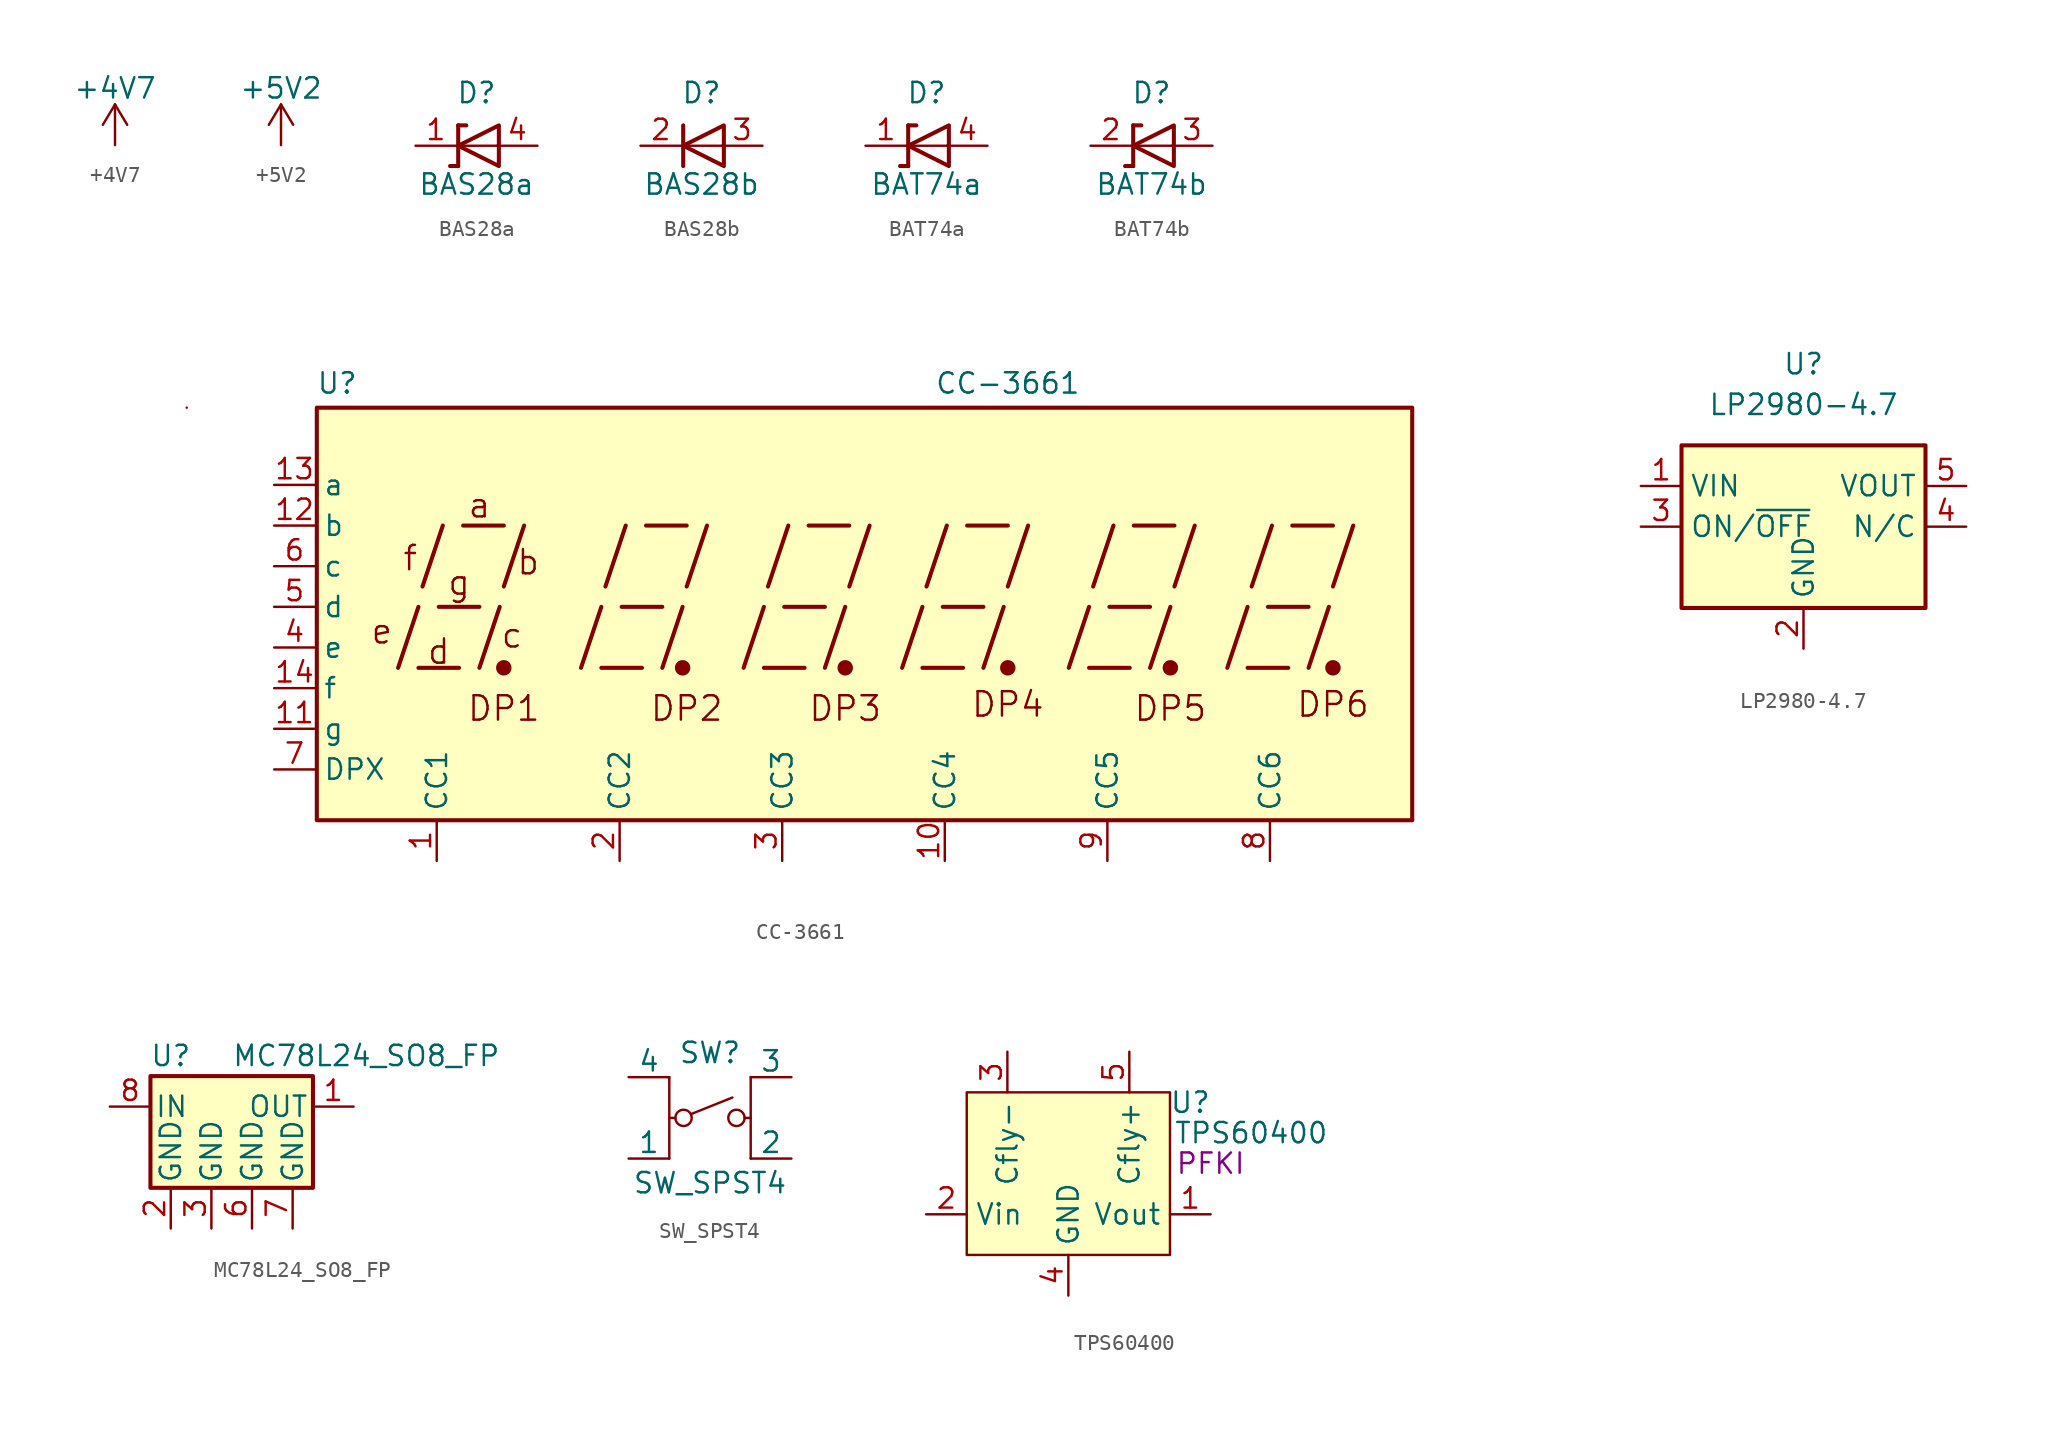
<source format=kicad_sym>
(kicad_symbol_lib
  (version 20211014)
  (generator kicad_symbol_editor)
  (symbol "+4V7"
    (power)
    (pin_names
      (offset 0))
    (property "Reference" "#PWR"
      (at 0 -3.81 0)
      (effects (font (size 1.27 1.27)) hide))
    (property "Value" "+4V7"
      (at 0 3.556 0)
      (effects (font (size 1.27 1.27))))
    (symbol "+4V7_0_1"
      (polyline (pts (xy -0.762 1.27) (xy 0 2.54)) (stroke (width 0) (type default) (color 0 0 0 0)) (fill (type none)))
      (polyline (pts (xy 0 0) (xy 0 2.54)) (stroke (width 0) (type default) (color 0 0 0 0)) (fill (type none)))
      (polyline (pts (xy 0 2.54) (xy 0.762 1.27)) (stroke (width 0) (type default) (color 0 0 0 0)) (fill (type none))))
    (symbol "+4V7_1_1"
      (pin power_in line (at 0 0 90) (length 0) hide (name "+4V" (effects (font (size 1.27 1.27)))) (number "1" (effects (font (size 1.27 1.27)))))))
  (symbol "+5V2"
    (power)
    (pin_names
      (offset 0))
    (property "Reference" "#PWR"
      (at 0 -3.81 0)
      (effects (font (size 1.27 1.27)) hide))
    (property "Value" "+5V2"
      (at 0 3.556 0)
      (effects (font (size 1.27 1.27))))
    (symbol "+5V2_0_1"
      (polyline (pts (xy -0.762 1.27) (xy 0 2.54)) (stroke (width 0) (type default) (color 0 0 0 0)) (fill (type none)))
      (polyline (pts (xy 0 0) (xy 0 2.54)) (stroke (width 0) (type default) (color 0 0 0 0)) (fill (type none)))
      (polyline (pts (xy 0 2.54) (xy 0.762 1.27)) (stroke (width 0) (type default) (color 0 0 0 0)) (fill (type none))))
    (symbol "+5V2_1_1"
      (pin power_in line (at 0 0 90) (length 0) hide (name "+4V" (effects (font (size 1.27 1.27)))) (number "1" (effects (font (size 1.27 1.27)))))))
  (symbol "BAS28a"
    (property "Reference" "D"
      (at 0 3.302 0)
      (effects (font (size 1.27 1.27))))
    (property "Value" "BAS28a"
      (at 0 -2.413 0)
      (effects (font (size 1.27 1.27))))
    (symbol "BAS28a_0_1"
      (polyline (pts (xy -1.651 -1.27) (xy -1.143 -1.27)) (stroke (width 0.254) (type default) (color 0 0 0 0)) (fill (type none)))
      (polyline (pts (xy -1.143 1.27) (xy -1.143 -1.27)) (stroke (width 0.254) (type default) (color 0 0 0 0)) (fill (type none)))
      (polyline (pts (xy -1.143 1.27) (xy -0.635 1.27)) (stroke (width 0.254) (type default) (color 0 0 0 0)) (fill (type none)))
      (polyline (pts (xy 1.27 0) (xy -1.143 0)) (stroke (width 0) (type default) (color 0 0 0 0)) (fill (type none)))
      (polyline (pts (xy 1.397 1.27) (xy 1.397 -1.27) (xy -1.143 0) (xy 1.397 1.27)) (stroke (width 0.254) (type default) (color 0 0 0 0)) (fill (type none))))
    (symbol "BAS28a_1_1"
      (pin passive line (at -3.81 0 0) (length 2.54) (name "" (effects (font (size 1.27 1.27)))) (number "1" (effects (font (size 1.27 1.27)))))
      (pin passive line (at 3.81 0 180) (length 2.54) (name "" (effects (font (size 1.27 1.27)))) (number "4" (effects (font (size 1.27 1.27)))))))
  (symbol "BAS28b"
    (property "Reference" "D"
      (at 0 3.302 0)
      (effects (font (size 1.27 1.27))))
    (property "Value" "BAS28b"
      (at 0 -2.413 0)
      (effects (font (size 1.27 1.27))))
    (symbol "BAS28b_0_1"
      (polyline (pts (xy -1.143 1.27) (xy -1.143 -1.27)) (stroke (width 0.254) (type default) (color 0 0 0 0)) (fill (type none)))
      (polyline (pts (xy 1.27 0) (xy -1.143 0)) (stroke (width 0) (type default) (color 0 0 0 0)) (fill (type none)))
      (polyline (pts (xy 1.397 1.27) (xy 1.397 -1.27) (xy -1.143 0) (xy 1.397 1.27)) (stroke (width 0.254) (type default) (color 0 0 0 0)) (fill (type none))))
    (symbol "BAS28b_1_1"
      (pin passive line (at -3.81 0 0) (length 2.54) (name "" (effects (font (size 1.27 1.27)))) (number "2" (effects (font (size 1.27 1.27)))))
      (pin passive line (at 3.81 0 180) (length 2.54) (name "" (effects (font (size 1.27 1.27)))) (number "3" (effects (font (size 1.27 1.27)))))))
  (symbol "BAT74a"
    (property "Reference" "D"
      (at 0 3.302 0)
      (effects (font (size 1.27 1.27))))
    (property "Value" "BAT74a"
      (at 0 -2.413 0)
      (effects (font (size 1.27 1.27))))
    (symbol "BAT74a_0_1"
      (polyline (pts (xy -1.651 -1.27) (xy -1.143 -1.27)) (stroke (width 0.254) (type default) (color 0 0 0 0)) (fill (type none)))
      (polyline (pts (xy -1.143 1.27) (xy -1.143 -1.27)) (stroke (width 0.254) (type default) (color 0 0 0 0)) (fill (type none)))
      (polyline (pts (xy -1.143 1.27) (xy -0.635 1.27)) (stroke (width 0.254) (type default) (color 0 0 0 0)) (fill (type none)))
      (polyline (pts (xy 1.27 0) (xy -1.143 0)) (stroke (width 0) (type default) (color 0 0 0 0)) (fill (type none)))
      (polyline (pts (xy 1.397 1.27) (xy 1.397 -1.27) (xy -1.143 0) (xy 1.397 1.27)) (stroke (width 0.254) (type default) (color 0 0 0 0)) (fill (type none))))
    (symbol "BAT74a_1_1"
      (pin passive line (at -3.81 0 0) (length 2.54) (name "" (effects (font (size 1.27 1.27)))) (number "1" (effects (font (size 1.27 1.27)))))
      (pin passive line (at 3.81 0 180) (length 2.54) (name "" (effects (font (size 1.27 1.27)))) (number "4" (effects (font (size 1.27 1.27)))))))
  (symbol "BAT74b"
    (property "Reference" "D"
      (at 0 3.302 0)
      (effects (font (size 1.27 1.27))))
    (property "Value" "BAT74b"
      (at 0 -2.413 0)
      (effects (font (size 1.27 1.27))))
    (symbol "BAT74b_0_1"
      (polyline (pts (xy -1.651 -1.27) (xy -1.143 -1.27)) (stroke (width 0.254) (type default) (color 0 0 0 0)) (fill (type none)))
      (polyline (pts (xy -1.143 1.27) (xy -1.143 -1.27)) (stroke (width 0.254) (type default) (color 0 0 0 0)) (fill (type none)))
      (polyline (pts (xy -1.143 1.27) (xy -0.635 1.27)) (stroke (width 0.254) (type default) (color 0 0 0 0)) (fill (type none)))
      (polyline (pts (xy 1.27 0) (xy -1.143 0)) (stroke (width 0) (type default) (color 0 0 0 0)) (fill (type none)))
      (polyline (pts (xy 1.397 1.27) (xy 1.397 -1.27) (xy -1.143 0) (xy 1.397 1.27)) (stroke (width 0.254) (type default) (color 0 0 0 0)) (fill (type none))))
    (symbol "BAT74b_1_1"
      (pin passive line (at -3.81 0 0) (length 2.54) (name "" (effects (font (size 1.27 1.27)))) (number "2" (effects (font (size 1.27 1.27)))))
      (pin passive line (at 3.81 0 180) (length 2.54) (name "" (effects (font (size 1.27 1.27)))) (number "3" (effects (font (size 1.27 1.27)))))))
  (symbol "CC-3661"
    (property "Reference" "U"
      (at -34.163 13.97 0)
      (effects (font (size 1.27 1.27))))
    (property "Value" "CC-3661"
      (at 7.747 13.97 0)
      (effects (font (size 1.27 1.27))))
    (symbol "CC-3661_0_0"
      (rectangle (start -35.433 12.446) (end 33.02 -13.335) (stroke (width 0.254) (type default) (color 0 0 0 0)) (fill (type background)))
      (polyline (pts (xy -30.353 -3.81) (xy -29.083 0)) (stroke (width 0.254) (type default) (color 0 0 0 0)) (fill (type none)))
      (polyline (pts (xy -29.083 -3.81) (xy -26.543 -3.81)) (stroke (width 0.254) (type default) (color 0 0 0 0)) (fill (type none)))
      (polyline (pts (xy -28.829 1.27) (xy -27.559 5.08)) (stroke (width 0.254) (type default) (color 0 0 0 0)) (fill (type none)))
      (polyline (pts (xy -27.813 0) (xy -25.273 0)) (stroke (width 0.254) (type default) (color 0 0 0 0)) (fill (type none)))
      (polyline (pts (xy -26.289 5.08) (xy -23.749 5.08)) (stroke (width 0.254) (type default) (color 0 0 0 0)) (fill (type none)))
      (polyline (pts (xy -25.273 -3.81) (xy -24.003 0)) (stroke (width 0.254) (type default) (color 0 0 0 0)) (fill (type none)))
      (polyline (pts (xy -23.749 1.27) (xy -22.479 5.08)) (stroke (width 0.254) (type default) (color 0 0 0 0)) (fill (type none)))
      (polyline (pts (xy -18.923 -3.81) (xy -17.653 0)) (stroke (width 0.254) (type default) (color 0 0 0 0)) (fill (type none)))
      (polyline (pts (xy -17.653 -3.81) (xy -15.113 -3.81)) (stroke (width 0.254) (type default) (color 0 0 0 0)) (fill (type none)))
      (polyline (pts (xy -17.399 1.27) (xy -16.129 5.08)) (stroke (width 0.254) (type default) (color 0 0 0 0)) (fill (type none)))
      (polyline (pts (xy -16.383 0) (xy -13.843 0)) (stroke (width 0.254) (type default) (color 0 0 0 0)) (fill (type none)))
      (polyline (pts (xy -14.859 5.08) (xy -12.319 5.08)) (stroke (width 0.254) (type default) (color 0 0 0 0)) (fill (type none)))
      (polyline (pts (xy -13.843 -3.81) (xy -12.573 0)) (stroke (width 0.254) (type default) (color 0 0 0 0)) (fill (type none)))
      (polyline (pts (xy -12.319 1.27) (xy -11.049 5.08)) (stroke (width 0.254) (type default) (color 0 0 0 0)) (fill (type none)))
      (polyline (pts (xy -8.763 -3.81) (xy -7.493 0)) (stroke (width 0.254) (type default) (color 0 0 0 0)) (fill (type none)))
      (polyline (pts (xy -7.493 -3.81) (xy -4.953 -3.81)) (stroke (width 0.254) (type default) (color 0 0 0 0)) (fill (type none)))
      (polyline (pts (xy -7.239 1.27) (xy -5.969 5.08)) (stroke (width 0.254) (type default) (color 0 0 0 0)) (fill (type none)))
      (polyline (pts (xy -6.223 0) (xy -3.683 0)) (stroke (width 0.254) (type default) (color 0 0 0 0)) (fill (type none)))
      (polyline (pts (xy -4.699 5.08) (xy -2.159 5.08)) (stroke (width 0.254) (type default) (color 0 0 0 0)) (fill (type none)))
      (polyline (pts (xy -3.683 -3.81) (xy -2.413 0)) (stroke (width 0.254) (type default) (color 0 0 0 0)) (fill (type none)))
      (polyline (pts (xy -2.159 1.27) (xy -0.889 5.08)) (stroke (width 0.254) (type default) (color 0 0 0 0)) (fill (type none)))
      (polyline (pts (xy 1.143 -3.81) (xy 2.413 0)) (stroke (width 0.254) (type default) (color 0 0 0 0)) (fill (type none)))
      (polyline (pts (xy 2.413 -3.81) (xy 4.953 -3.81)) (stroke (width 0.254) (type default) (color 0 0 0 0)) (fill (type none)))
      (polyline (pts (xy 2.667 1.27) (xy 3.937 5.08)) (stroke (width 0.254) (type default) (color 0 0 0 0)) (fill (type none)))
      (polyline (pts (xy 3.683 0) (xy 6.223 0)) (stroke (width 0.254) (type default) (color 0 0 0 0)) (fill (type none)))
      (polyline (pts (xy 5.207 5.08) (xy 7.747 5.08)) (stroke (width 0.254) (type default) (color 0 0 0 0)) (fill (type none)))
      (polyline (pts (xy 6.223 -3.81) (xy 7.493 0)) (stroke (width 0.254) (type default) (color 0 0 0 0)) (fill (type none)))
      (polyline (pts (xy 7.747 1.27) (xy 9.017 5.08)) (stroke (width 0.254) (type default) (color 0 0 0 0)) (fill (type none)))
      (polyline (pts (xy 11.557 -3.81) (xy 12.827 0)) (stroke (width 0.254) (type default) (color 0 0 0 0)) (fill (type none)))
      (polyline (pts (xy 12.827 -3.81) (xy 15.367 -3.81)) (stroke (width 0.254) (type default) (color 0 0 0 0)) (fill (type none)))
      (polyline (pts (xy 13.081 1.27) (xy 14.351 5.08)) (stroke (width 0.254) (type default) (color 0 0 0 0)) (fill (type none)))
      (polyline (pts (xy 14.097 0) (xy 16.637 0)) (stroke (width 0.254) (type default) (color 0 0 0 0)) (fill (type none)))
      (polyline (pts (xy 15.621 5.08) (xy 18.161 5.08)) (stroke (width 0.254) (type default) (color 0 0 0 0)) (fill (type none)))
      (polyline (pts (xy 16.637 -3.81) (xy 17.907 0)) (stroke (width 0.254) (type default) (color 0 0 0 0)) (fill (type none)))
      (polyline (pts (xy 18.161 1.27) (xy 19.431 5.08)) (stroke (width 0.254) (type default) (color 0 0 0 0)) (fill (type none)))
      (polyline (pts (xy 21.463 -3.81) (xy 22.733 0)) (stroke (width 0.254) (type default) (color 0 0 0 0)) (fill (type none)))
      (polyline (pts (xy 22.733 -3.81) (xy 25.273 -3.81)) (stroke (width 0.254) (type default) (color 0 0 0 0)) (fill (type none)))
      (polyline (pts (xy 22.987 1.27) (xy 24.257 5.08)) (stroke (width 0.254) (type default) (color 0 0 0 0)) (fill (type none)))
      (polyline (pts (xy 24.003 0) (xy 26.543 0)) (stroke (width 0.254) (type default) (color 0 0 0 0)) (fill (type none)))
      (polyline (pts (xy 25.527 5.08) (xy 28.067 5.08)) (stroke (width 0.254) (type default) (color 0 0 0 0)) (fill (type none)))
      (polyline (pts (xy 26.543 -3.81) (xy 27.813 0)) (stroke (width 0.254) (type default) (color 0 0 0 0)) (fill (type none)))
      (polyline (pts (xy 28.067 1.27) (xy 29.337 5.08)) (stroke (width 0.254) (type default) (color 0 0 0 0)) (fill (type none)))
      (text "a" (at -25.273 6.35 0) (effects (font (size 1.524 1.524))))
      (text "b" (at -22.225 2.794 0) (effects (font (size 1.524 1.524))))
      (text "c" (at -23.241 -1.778 0) (effects (font (size 1.524 1.524))))
      (text "d" (at -27.813 -2.794 0) (effects (font (size 1.524 1.524))))
      (text "DP1" (at -23.749 -6.35 0) (effects (font (size 1.524 1.524))))
      (text "DP2" (at -12.319 -6.35 0) (effects (font (size 1.524 1.524))))
      (text "DP3" (at -2.413 -6.35 0) (effects (font (size 1.524 1.524))))
      (text "DP4" (at 7.747 -6.096 0) (effects (font (size 1.524 1.524))))
      (text "DP5" (at 17.907 -6.35 0) (effects (font (size 1.524 1.524))))
      (text "DP6" (at 28.067 -6.096 0) (effects (font (size 1.524 1.524))))
      (text "e" (at -31.369 -1.524 0) (effects (font (size 1.524 1.524))))
      (text "f" (at -29.591 3.048 0) (effects (font (size 1.524 1.524))))
      (text "g" (at -26.543 1.524 0) (effects (font (size 1.524 1.524)))))
    (symbol "CC-3661_0_1"
      (circle (center -23.749 -3.81) (radius 0.356) (stroke (width 0.254) (type default) (color 0 0 0 0)) (fill (type outline)))
      (circle (center -12.573 -3.81) (radius 0.356) (stroke (width 0.254) (type default) (color 0 0 0 0)) (fill (type outline)))
      (polyline (pts (xy -43.561 12.446) (xy -43.561 12.446)) (stroke (width 0) (type default) (color 0 0 0 0)) (fill (type none))))
    (symbol "CC-3661_1_0"
      (circle (center -2.413 -3.81) (radius 0.356) (stroke (width 0.254) (type default) (color 0 0 0 0)) (fill (type outline)))
      (circle (center 7.747 -3.81) (radius 0.356) (stroke (width 0.254) (type default) (color 0 0 0 0)) (fill (type outline)))
      (circle (center 17.907 -3.81) (radius 0.356) (stroke (width 0.254) (type default) (color 0 0 0 0)) (fill (type outline)))
      (circle (center 28.067 -3.81) (radius 0.356) (stroke (width 0.254) (type default) (color 0 0 0 0)) (fill (type outline))))
    (symbol "CC-3661_1_1"
      (pin input line (at -27.94 -15.875 90) (length 2.54) (name "CC1" (effects (font (size 1.27 1.27)))) (number "1" (effects (font (size 1.27 1.27)))))
      (pin input line (at 3.81 -15.875 90) (length 2.54) (name "CC4" (effects (font (size 1.27 1.27)))) (number "10" (effects (font (size 1.27 1.27)))))
      (pin input line (at -38.1 -7.62 0) (length 2.54) (name "g" (effects (font (size 1.27 1.27)))) (number "11" (effects (font (size 1.27 1.27)))))
      (pin input line (at -38.1 5.08 0) (length 2.54) (name "b" (effects (font (size 1.27 1.27)))) (number "12" (effects (font (size 1.27 1.27)))))
      (pin input line (at -38.1 7.62 0) (length 2.54) (name "a" (effects (font (size 1.27 1.27)))) (number "13" (effects (font (size 1.27 1.27)))))
      (pin input line (at -38.1 -5.08 0) (length 2.54) (name "f" (effects (font (size 1.27 1.27)))) (number "14" (effects (font (size 1.27 1.27)))))
      (pin input line (at -16.51 -15.875 90) (length 2.54) (name "CC2" (effects (font (size 1.27 1.27)))) (number "2" (effects (font (size 1.27 1.27)))))
      (pin input line (at -6.35 -15.875 90) (length 2.54) (name "CC3" (effects (font (size 1.27 1.27)))) (number "3" (effects (font (size 1.27 1.27)))))
      (pin input line (at -38.1 -2.54 0) (length 2.54) (name "e" (effects (font (size 1.27 1.27)))) (number "4" (effects (font (size 1.27 1.27)))))
      (pin input line (at -38.1 0 0) (length 2.54) (name "d" (effects (font (size 1.27 1.27)))) (number "5" (effects (font (size 1.27 1.27)))))
      (pin input line (at -38.1 2.54 0) (length 2.54) (name "c" (effects (font (size 1.27 1.27)))) (number "6" (effects (font (size 1.27 1.27)))))
      (pin input line (at -38.1 -10.16 0) (length 2.54) (name "DPX" (effects (font (size 1.27 1.27)))) (number "7" (effects (font (size 1.27 1.27)))))
      (pin input line (at 24.13 -15.875 90) (length 2.54) (name "CC6" (effects (font (size 1.27 1.27)))) (number "8" (effects (font (size 1.27 1.27)))))
      (pin input line (at 13.97 -15.875 90) (length 2.54) (name "CC5" (effects (font (size 1.27 1.27)))) (number "9" (effects (font (size 1.27 1.27)))))))
  (symbol "LP2980-4.7"
    (property "Reference" "U"
      (at 0 10.16 0)
      (effects (font (size 1.27 1.27))))
    (property "Value" "LP2980-4.7"
      (at 0 7.62 0)
      (effects (font (size 1.27 1.27))))
    (symbol "LP2980-4.7_0_1"
      (rectangle (start -7.62 5.08) (end 7.62 -5.08) (stroke (width 0.254) (type default) (color 0 0 0 0)) (fill (type background))))
    (symbol "LP2980-4.7_1_1"
      (pin power_in line (at -10.16 2.54 0) (length 2.54) (name "VIN" (effects (font (size 1.27 1.27)))) (number "1" (effects (font (size 1.27 1.27)))))
      (pin power_in line (at 0 -7.62 90) (length 2.54) (name "GND" (effects (font (size 1.27 1.27)))) (number "2" (effects (font (size 1.27 1.27)))))
      (pin input line (at -10.16 0 0) (length 2.54) (name "ON/~{OFF}" (effects (font (size 1.27 1.27)))) (number "3" (effects (font (size 1.27 1.27)))))
      (pin passive line (at 10.16 0 180) (length 2.54) (name "N/C" (effects (font (size 1.27 1.27)))) (number "4" (effects (font (size 1.27 1.27)))))
      (pin power_out line (at 10.16 2.54 180) (length 2.54) (name "VOUT" (effects (font (size 1.27 1.27)))) (number "5" (effects (font (size 1.27 1.27)))))))
  (symbol "MC78L24_SO8_FP"
    (pin_names
      (offset 0.254))
    (property "Reference" "U"
      (at -3.81 3.175 0)
      (effects (font (size 1.27 1.27))))
    (property "Value" "MC78L24_SO8_FP"
      (at 0 3.175 0)
      (effects (font (size 1.27 1.27)) (justify left)))
    (symbol "MC78L24_SO8_FP_0_1"
      (rectangle (start -5.08 1.905) (end 5.08 -5.08) (stroke (width 0.254) (type default) (color 0 0 0 0)) (fill (type background))))
    (symbol "MC78L24_SO8_FP_1_1"
      (pin power_out line (at 7.62 0 180) (length 2.54) (name "OUT" (effects (font (size 1.27 1.27)))) (number "1" (effects (font (size 1.27 1.27)))))
      (pin power_in line (at -3.81 -7.62 90) (length 2.54) (name "GND" (effects (font (size 1.27 1.27)))) (number "2" (effects (font (size 1.27 1.27)))))
      (pin power_in line (at -1.27 -7.62 90) (length 2.54) (name "GND" (effects (font (size 1.27 1.27)))) (number "3" (effects (font (size 1.27 1.27)))))
      (pin no_connect line (at -5.08 -2.54 0) (length 2.54) hide (name "NC" (effects (font (size 1.27 1.27)))) (number "4" (effects (font (size 1.27 1.27)))))
      (pin no_connect line (at 5.08 -2.54 180) (length 2.54) hide (name "NC" (effects (font (size 1.27 1.27)))) (number "5" (effects (font (size 1.27 1.27)))))
      (pin power_in line (at 1.27 -7.62 90) (length 2.54) (name "GND" (effects (font (size 1.27 1.27)))) (number "6" (effects (font (size 1.27 1.27)))))
      (pin power_in line (at 3.81 -7.62 90) (length 2.54) (name "GND" (effects (font (size 1.27 1.27)))) (number "7" (effects (font (size 1.27 1.27)))))
      (pin power_in line (at -7.62 0 0) (length 2.54) (name "IN" (effects (font (size 1.27 1.27)))) (number "8" (effects (font (size 1.27 1.27)))))))
  (symbol "SW_SPST4"
    (pin_numbers hide)
    (pin_names
      (offset 0))
    (property "Reference" "SW"
      (at 0 4.064 0)
      (effects (font (size 1.27 1.27))))
    (property "Value" "SW_SPST4"
      (at 0 -4.064 0)
      (effects (font (size 1.27 1.27))))
    (symbol "SW_SPST4_0_0"
      (circle (center -1.651 0) (radius 0.508) (stroke (width 0) (type default) (color 0 0 0 0)) (fill (type none)))
      (polyline (pts (xy -1.143 0.254) (xy 1.397 1.27)) (stroke (width 0) (type default) (color 0 0 0 0)) (fill (type none)))
      (circle (center 1.651 0) (radius 0.508) (stroke (width 0) (type default) (color 0 0 0 0)) (fill (type none))))
    (symbol "SW_SPST4_0_1"
      (polyline (pts (xy -2.54 0) (xy -2.159 0)) (stroke (width 0) (type default) (color 0 0 0 0)) (fill (type none)))
      (polyline (pts (xy -2.54 2.54) (xy -2.54 -2.54)) (stroke (width 0) (type default) (color 0 0 0 0)) (fill (type none)))
      (polyline (pts (xy 2.159 0) (xy 2.54 0)) (stroke (width 0) (type default) (color 0 0 0 0)) (fill (type none)))
      (polyline (pts (xy 2.54 2.54) (xy 2.54 -2.54)) (stroke (width 0) (type default) (color 0 0 0 0)) (fill (type none))))
    (symbol "SW_SPST4_1_1"
      (pin passive line (at -5.08 -2.54 0) (length 2.54) (name "1" (effects (font (size 1.27 1.27)))) (number "1" (effects (font (size 1.27 1.27)))))
      (pin passive line (at 5.08 -2.54 180) (length 2.54) (name "2" (effects (font (size 1.27 1.27)))) (number "2" (effects (font (size 1.27 1.27)))))
      (pin passive line (at 5.08 2.54 180) (length 2.54) (name "3" (effects (font (size 1.27 1.27)))) (number "3" (effects (font (size 1.27 1.27)))))
      (pin passive line (at -5.08 2.54 0) (length 2.54) (name "4" (effects (font (size 1.27 1.27)))) (number "4" (effects (font (size 1.27 1.27)))))))
  (symbol "TPS60400"
    (property "Reference" "U"
      (at 7.62 4.445 0)
      (effects (font (size 1.27 1.27))))
    (property "Value" "TPS60400"
      (at 11.43 2.54 0)
      (effects (font (size 1.27 1.27))))
    (property "Marking" "PFKI"
      (at 8.89 0.635 0)
      (effects (font (size 1.27 1.27))))
    (symbol "TPS60400_0_1"
      (rectangle (start -6.35 5.08) (end 6.35 -5.08) (stroke (width 0) (type default) (color 0 0 0 0)) (fill (type background))))
    (symbol "TPS60400_1_1"
      (pin power_out line (at 8.89 -2.54 180) (length 2.54) (name "Vout" (effects (font (size 1.27 1.27)))) (number "1" (effects (font (size 1.27 1.27)))))
      (pin power_in line (at -8.89 -2.54 0) (length 2.54) (name "Vin" (effects (font (size 1.27 1.27)))) (number "2" (effects (font (size 1.27 1.27)))))
      (pin power_in line (at -3.81 7.62 270) (length 2.54) (name "Cfly-" (effects (font (size 1.27 1.27)))) (number "3" (effects (font (size 1.27 1.27)))))
      (pin power_in line (at 0 -7.62 90) (length 2.54) (name "GND" (effects (font (size 1.27 1.27)))) (number "4" (effects (font (size 1.27 1.27)))))
      (pin power_out line (at 3.81 7.62 270) (length 2.54) (name "Cfly+" (effects (font (size 1.27 1.27)))) (number "5" (effects (font (size 1.27 1.27))))))))
</source>
